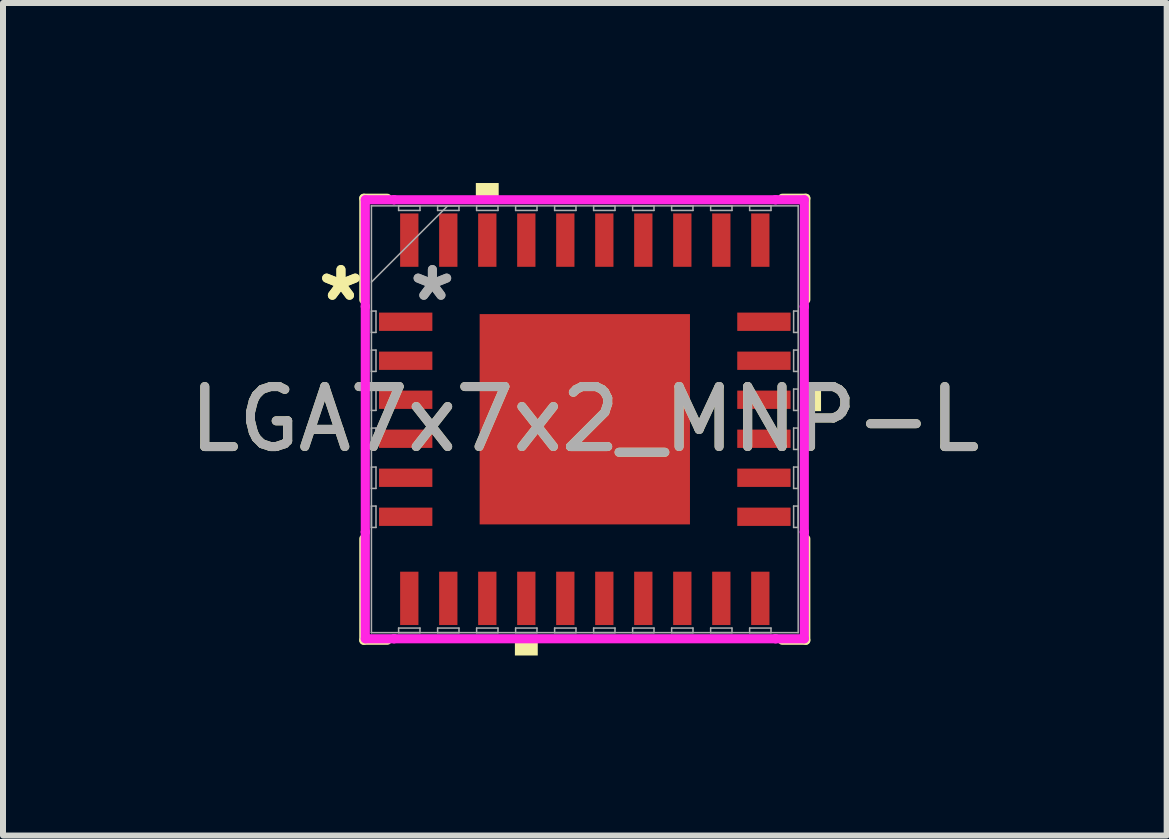
<source format=kicad_pcb>
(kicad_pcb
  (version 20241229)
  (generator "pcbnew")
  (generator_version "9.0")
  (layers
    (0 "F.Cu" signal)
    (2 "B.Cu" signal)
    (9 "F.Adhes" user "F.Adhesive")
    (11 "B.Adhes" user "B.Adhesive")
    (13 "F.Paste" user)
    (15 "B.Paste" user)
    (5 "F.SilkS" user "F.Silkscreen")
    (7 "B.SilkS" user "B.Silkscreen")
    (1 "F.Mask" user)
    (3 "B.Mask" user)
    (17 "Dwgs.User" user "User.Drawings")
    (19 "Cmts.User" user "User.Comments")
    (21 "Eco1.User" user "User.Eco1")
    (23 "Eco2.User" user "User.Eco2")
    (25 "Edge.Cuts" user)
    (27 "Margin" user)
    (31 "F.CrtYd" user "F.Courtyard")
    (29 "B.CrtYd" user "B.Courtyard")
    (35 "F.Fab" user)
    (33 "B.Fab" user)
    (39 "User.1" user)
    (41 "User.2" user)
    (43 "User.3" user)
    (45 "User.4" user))
  (footprint "LGA7x7x2_MNP-L"
    (layer "F.Cu")
    (at 6.696 3.937)
    (property "Reference" "LGA7x7x2_MNP-L" (at 0 0 0) (unlocked yes) (layer "F.SilkS") (effects (font (size 1 1) (thickness 0.15))))
    (attr smd)
    (fp_line (start -3.683 -3.683) (end -3.683 -1.992) (stroke (width 0.152) (type solid)) (layer "F.SilkS"))
    (fp_line (start -3.683 1.992) (end -3.683 3.683) (stroke (width 0.152) (type solid)) (layer "F.SilkS"))
    (fp_line (start -3.683 3.683) (end -3.292 3.683) (stroke (width 0.152) (type solid)) (layer "F.SilkS"))
    (fp_line (start -3.292 -3.683) (end -3.683 -3.683) (stroke (width 0.152) (type solid)) (layer "F.SilkS"))
    (fp_line (start 3.292 3.683) (end 3.683 3.683) (stroke (width 0.152) (type solid)) (layer "F.SilkS"))
    (fp_line (start 3.683 -3.683) (end 3.292 -3.683) (stroke (width 0.152) (type solid)) (layer "F.SilkS"))
    (fp_line (start 3.683 -1.992) (end 3.683 -3.683) (stroke (width 0.152) (type solid)) (layer "F.SilkS"))
    (fp_line (start 3.683 3.683) (end 3.683 1.992) (stroke (width 0.152) (type solid)) (layer "F.SilkS"))
    (fp_poly (pts (xy -1.816 -3.683) (xy -1.816 -3.937) (xy -1.435 -3.937) (xy -1.435 -3.683)) (stroke (width 0) (type solid)) (fill yes) (layer "F.SilkS"))
    (fp_poly (pts (xy -1.165 3.683) (xy -1.165 3.937) (xy -0.784 3.937) (xy -0.784 3.683)) (stroke (width 0) (type solid)) (fill yes) (layer "F.SilkS"))
    (fp_poly (pts (xy 3.937 -0.516) (xy 3.937 -0.135) (xy 3.683 -0.135) (xy 3.683 -0.516)) (stroke (width 0) (type solid)) (fill yes) (layer "F.SilkS"))
    (fp_poly (pts (xy -1.653 -1.653) (xy -1.653 -0.1) (xy -0.1 -0.1) (xy -0.1 -1.653)) (stroke (width 0) (type solid)) (fill yes) (layer "F.Paste"))
    (fp_poly (pts (xy -1.653 0.1) (xy -1.653 1.653) (xy -0.1 1.653) (xy -0.1 0.1)) (stroke (width 0) (type solid)) (fill yes) (layer "F.Paste"))
    (fp_poly (pts (xy 0.1 -1.653) (xy 0.1 -0.1) (xy 1.653 -0.1) (xy 1.653 -1.653)) (stroke (width 0) (type solid)) (fill yes) (layer "F.Paste"))
    (fp_poly (pts (xy 0.1 0.1) (xy 0.1 1.653) (xy 1.653 1.653) (xy 1.653 0.1)) (stroke (width 0) (type solid)) (fill yes) (layer "F.Paste"))
    (fp_line (start -3.658 -3.658) (end -3.179 -3.658) (stroke (width 0.152) (type solid)) (layer "F.CrtYd"))
    (fp_line (start -3.658 -1.879) (end -3.658 -3.658) (stroke (width 0.152) (type solid)) (layer "F.CrtYd"))
    (fp_line (start -3.658 -1.879) (end -3.658 -1.879) (stroke (width 0.152) (type solid)) (layer "F.CrtYd"))
    (fp_line (start -3.658 1.879) (end -3.658 -1.879) (stroke (width 0.152) (type solid)) (layer "F.CrtYd"))
    (fp_line (start -3.658 1.879) (end -3.658 1.879) (stroke (width 0.152) (type solid)) (layer "F.CrtYd"))
    (fp_line (start -3.658 3.658) (end -3.658 1.879) (stroke (width 0.152) (type solid)) (layer "F.CrtYd"))
    (fp_line (start -3.179 -3.658) (end -3.179 -3.658) (stroke (width 0.152) (type solid)) (layer "F.CrtYd"))
    (fp_line (start -3.179 -3.658) (end 3.179 -3.658) (stroke (width 0.152) (type solid)) (layer "F.CrtYd"))
    (fp_line (start -3.179 3.658) (end -3.658 3.658) (stroke (width 0.152) (type solid)) (layer "F.CrtYd"))
    (fp_line (start -3.179 3.658) (end -3.179 3.658) (stroke (width 0.152) (type solid)) (layer "F.CrtYd"))
    (fp_line (start 3.179 -3.658) (end 3.179 -3.658) (stroke (width 0.152) (type solid)) (layer "F.CrtYd"))
    (fp_line (start 3.179 -3.658) (end 3.658 -3.658) (stroke (width 0.152) (type solid)) (layer "F.CrtYd"))
    (fp_line (start 3.179 3.658) (end -3.179 3.658) (stroke (width 0.152) (type solid)) (layer "F.CrtYd"))
    (fp_line (start 3.179 3.658) (end 3.179 3.658) (stroke (width 0.152) (type solid)) (layer "F.CrtYd"))
    (fp_line (start 3.658 -3.658) (end 3.658 -1.879) (stroke (width 0.152) (type solid)) (layer "F.CrtYd"))
    (fp_line (start 3.658 -1.879) (end 3.658 -1.879) (stroke (width 0.152) (type solid)) (layer "F.CrtYd"))
    (fp_line (start 3.658 -1.879) (end 3.658 1.879) (stroke (width 0.152) (type solid)) (layer "F.CrtYd"))
    (fp_line (start 3.658 1.879) (end 3.658 1.879) (stroke (width 0.152) (type solid)) (layer "F.CrtYd"))
    (fp_line (start 3.658 1.879) (end 3.658 3.658) (stroke (width 0.152) (type solid)) (layer "F.CrtYd"))
    (fp_line (start 3.658 3.658) (end 3.179 3.658) (stroke (width 0.152) (type solid)) (layer "F.CrtYd"))
    (fp_line (start -3.556 -3.556) (end -3.556 -3.556) (stroke (width 0.025) (type solid)) (layer "F.Fab"))
    (fp_line (start -3.556 -3.556) (end -3.556 3.556) (stroke (width 0.025) (type solid)) (layer "F.Fab"))
    (fp_line (start -3.556 -2.286) (end -2.286 -3.556) (stroke (width 0.025) (type solid)) (layer "F.Fab"))
    (fp_line (start -3.556 -1.803) (end -3.48 -1.803) (stroke (width 0.025) (type solid)) (layer "F.Fab"))
    (fp_line (start -3.556 -1.447) (end -3.556 -1.803) (stroke (width 0.025) (type solid)) (layer "F.Fab"))
    (fp_line (start -3.556 -1.153) (end -3.48 -1.153) (stroke (width 0.025) (type solid)) (layer "F.Fab"))
    (fp_line (start -3.556 -0.797) (end -3.556 -1.153) (stroke (width 0.025) (type solid)) (layer "F.Fab"))
    (fp_line (start -3.556 -0.503) (end -3.48 -0.503) (stroke (width 0.025) (type solid)) (layer "F.Fab"))
    (fp_line (start -3.556 -0.147) (end -3.556 -0.503) (stroke (width 0.025) (type solid)) (layer "F.Fab"))
    (fp_line (start -3.556 0.147) (end -3.48 0.147) (stroke (width 0.025) (type solid)) (layer "F.Fab"))
    (fp_line (start -3.556 0.503) (end -3.556 0.147) (stroke (width 0.025) (type solid)) (layer "F.Fab"))
    (fp_line (start -3.556 0.797) (end -3.48 0.797) (stroke (width 0.025) (type solid)) (layer "F.Fab"))
    (fp_line (start -3.556 1.153) (end -3.556 0.797) (stroke (width 0.025) (type solid)) (layer "F.Fab"))
    (fp_line (start -3.556 1.447) (end -3.48 1.447) (stroke (width 0.025) (type solid)) (layer "F.Fab"))
    (fp_line (start -3.556 1.803) (end -3.556 1.447) (stroke (width 0.025) (type solid)) (layer "F.Fab"))
    (fp_line (start -3.556 3.556) (end -3.556 3.556) (stroke (width 0.025) (type solid)) (layer "F.Fab"))
    (fp_line (start -3.556 3.556) (end 3.556 3.556) (stroke (width 0.025) (type solid)) (layer "F.Fab"))
    (fp_line (start -3.48 -1.803) (end -3.48 -1.447) (stroke (width 0.025) (type solid)) (layer "F.Fab"))
    (fp_line (start -3.48 -1.447) (end -3.556 -1.447) (stroke (width 0.025) (type solid)) (layer "F.Fab"))
    (fp_line (start -3.48 -1.153) (end -3.48 -0.797) (stroke (width 0.025) (type solid)) (layer "F.Fab"))
    (fp_line (start -3.48 -0.797) (end -3.556 -0.797) (stroke (width 0.025) (type solid)) (layer "F.Fab"))
    (fp_line (start -3.48 -0.503) (end -3.48 -0.147) (stroke (width 0.025) (type solid)) (layer "F.Fab"))
    (fp_line (start -3.48 -0.147) (end -3.556 -0.147) (stroke (width 0.025) (type solid)) (layer "F.Fab"))
    (fp_line (start -3.48 0.147) (end -3.48 0.503) (stroke (width 0.025) (type solid)) (layer "F.Fab"))
    (fp_line (start -3.48 0.503) (end -3.556 0.503) (stroke (width 0.025) (type solid)) (layer "F.Fab"))
    (fp_line (start -3.48 0.797) (end -3.48 1.153) (stroke (width 0.025) (type solid)) (layer "F.Fab"))
    (fp_line (start -3.48 1.153) (end -3.556 1.153) (stroke (width 0.025) (type solid)) (layer "F.Fab"))
    (fp_line (start -3.48 1.447) (end -3.48 1.803) (stroke (width 0.025) (type solid)) (layer "F.Fab"))
    (fp_line (start -3.48 1.803) (end -3.556 1.803) (stroke (width 0.025) (type solid)) (layer "F.Fab"))
    (fp_line (start -3.103 -3.556) (end -2.747 -3.556) (stroke (width 0.025) (type solid)) (layer "F.Fab"))
    (fp_line (start -3.103 -3.48) (end -3.103 -3.556) (stroke (width 0.025) (type solid)) (layer "F.Fab"))
    (fp_line (start -3.103 3.48) (end -2.747 3.48) (stroke (width 0.025) (type solid)) (layer "F.Fab"))
    (fp_line (start -3.103 3.556) (end -3.103 3.48) (stroke (width 0.025) (type solid)) (layer "F.Fab"))
    (fp_line (start -2.747 -3.556) (end -2.747 -3.48) (stroke (width 0.025) (type solid)) (layer "F.Fab"))
    (fp_line (start -2.747 -3.48) (end -3.103 -3.48) (stroke (width 0.025) (type solid)) (layer "F.Fab"))
    (fp_line (start -2.747 3.48) (end -2.747 3.556) (stroke (width 0.025) (type solid)) (layer "F.Fab"))
    (fp_line (start -2.747 3.556) (end -3.103 3.556) (stroke (width 0.025) (type solid)) (layer "F.Fab"))
    (fp_line (start -2.453 -3.556) (end -2.097 -3.556) (stroke (width 0.025) (type solid)) (layer "F.Fab"))
    (fp_line (start -2.453 -3.48) (end -2.453 -3.556) (stroke (width 0.025) (type solid)) (layer "F.Fab"))
    (fp_line (start -2.453 3.48) (end -2.097 3.48) (stroke (width 0.025) (type solid)) (layer "F.Fab"))
    (fp_line (start -2.453 3.556) (end -2.453 3.48) (stroke (width 0.025) (type solid)) (layer "F.Fab"))
    (fp_line (start -2.097 -3.556) (end -2.097 -3.48) (stroke (width 0.025) (type solid)) (layer "F.Fab"))
    (fp_line (start -2.097 -3.48) (end -2.453 -3.48) (stroke (width 0.025) (type solid)) (layer "F.Fab"))
    (fp_line (start -2.097 3.48) (end -2.097 3.556) (stroke (width 0.025) (type solid)) (layer "F.Fab"))
    (fp_line (start -2.097 3.556) (end -2.453 3.556) (stroke (width 0.025) (type solid)) (layer "F.Fab"))
    (fp_line (start -1.803 -3.556) (end -1.447 -3.556) (stroke (width 0.025) (type solid)) (layer "F.Fab"))
    (fp_line (start -1.803 -3.48) (end -1.803 -3.556) (stroke (width 0.025) (type solid)) (layer "F.Fab"))
    (fp_line (start -1.803 3.48) (end -1.447 3.48) (stroke (width 0.025) (type solid)) (layer "F.Fab"))
    (fp_line (start -1.803 3.556) (end -1.803 3.48) (stroke (width 0.025) (type solid)) (layer "F.Fab"))
    (fp_line (start -1.447 -3.556) (end -1.447 -3.48) (stroke (width 0.025) (type solid)) (layer "F.Fab"))
    (fp_line (start -1.447 -3.48) (end -1.803 -3.48) (stroke (width 0.025) (type solid)) (layer "F.Fab"))
    (fp_line (start -1.447 3.48) (end -1.447 3.556) (stroke (width 0.025) (type solid)) (layer "F.Fab"))
    (fp_line (start -1.447 3.556) (end -1.803 3.556) (stroke (width 0.025) (type solid)) (layer "F.Fab"))
    (fp_line (start -1.153 -3.556) (end -0.797 -3.556) (stroke (width 0.025) (type solid)) (layer "F.Fab"))
    (fp_line (start -1.153 -3.48) (end -1.153 -3.556) (stroke (width 0.025) (type solid)) (layer "F.Fab"))
    (fp_line (start -1.153 3.48) (end -0.797 3.48) (stroke (width 0.025) (type solid)) (layer "F.Fab"))
    (fp_line (start -1.153 3.556) (end -1.153 3.48) (stroke (width 0.025) (type solid)) (layer "F.Fab"))
    (fp_line (start -0.797 -3.556) (end -0.797 -3.48) (stroke (width 0.025) (type solid)) (layer "F.Fab"))
    (fp_line (start -0.797 -3.48) (end -1.153 -3.48) (stroke (width 0.025) (type solid)) (layer "F.Fab"))
    (fp_line (start -0.797 3.48) (end -0.797 3.556) (stroke (width 0.025) (type solid)) (layer "F.Fab"))
    (fp_line (start -0.797 3.556) (end -1.153 3.556) (stroke (width 0.025) (type solid)) (layer "F.Fab"))
    (fp_line (start -0.503 -3.556) (end -0.147 -3.556) (stroke (width 0.025) (type solid)) (layer "F.Fab"))
    (fp_line (start -0.503 -3.48) (end -0.503 -3.556) (stroke (width 0.025) (type solid)) (layer "F.Fab"))
    (fp_line (start -0.503 3.48) (end -0.147 3.48) (stroke (width 0.025) (type solid)) (layer "F.Fab"))
    (fp_line (start -0.503 3.556) (end -0.503 3.48) (stroke (width 0.025) (type solid)) (layer "F.Fab"))
    (fp_line (start -0.147 -3.556) (end -0.147 -3.48) (stroke (width 0.025) (type solid)) (layer "F.Fab"))
    (fp_line (start -0.147 -3.48) (end -0.503 -3.48) (stroke (width 0.025) (type solid)) (layer "F.Fab"))
    (fp_line (start -0.147 3.48) (end -0.147 3.556) (stroke (width 0.025) (type solid)) (layer "F.Fab"))
    (fp_line (start -0.147 3.556) (end -0.503 3.556) (stroke (width 0.025) (type solid)) (layer "F.Fab"))
    (fp_line (start 0.147 -3.556) (end 0.503 -3.556) (stroke (width 0.025) (type solid)) (layer "F.Fab"))
    (fp_line (start 0.147 -3.48) (end 0.147 -3.556) (stroke (width 0.025) (type solid)) (layer "F.Fab"))
    (fp_line (start 0.147 3.48) (end 0.503 3.48) (stroke (width 0.025) (type solid)) (layer "F.Fab"))
    (fp_line (start 0.147 3.556) (end 0.147 3.48) (stroke (width 0.025) (type solid)) (layer "F.Fab"))
    (fp_line (start 0.503 -3.556) (end 0.503 -3.48) (stroke (width 0.025) (type solid)) (layer "F.Fab"))
    (fp_line (start 0.503 -3.48) (end 0.147 -3.48) (stroke (width 0.025) (type solid)) (layer "F.Fab"))
    (fp_line (start 0.503 3.48) (end 0.503 3.556) (stroke (width 0.025) (type solid)) (layer "F.Fab"))
    (fp_line (start 0.503 3.556) (end 0.147 3.556) (stroke (width 0.025) (type solid)) (layer "F.Fab"))
    (fp_line (start 0.797 -3.556) (end 1.153 -3.556) (stroke (width 0.025) (type solid)) (layer "F.Fab"))
    (fp_line (start 0.797 -3.48) (end 0.797 -3.556) (stroke (width 0.025) (type solid)) (layer "F.Fab"))
    (fp_line (start 0.797 3.48) (end 1.153 3.48) (stroke (width 0.025) (type solid)) (layer "F.Fab"))
    (fp_line (start 0.797 3.556) (end 0.797 3.48) (stroke (width 0.025) (type solid)) (layer "F.Fab"))
    (fp_line (start 1.153 -3.556) (end 1.153 -3.48) (stroke (width 0.025) (type solid)) (layer "F.Fab"))
    (fp_line (start 1.153 -3.48) (end 0.797 -3.48) (stroke (width 0.025) (type solid)) (layer "F.Fab"))
    (fp_line (start 1.153 3.48) (end 1.153 3.556) (stroke (width 0.025) (type solid)) (layer "F.Fab"))
    (fp_line (start 1.153 3.556) (end 0.797 3.556) (stroke (width 0.025) (type solid)) (layer "F.Fab"))
    (fp_line (start 1.447 -3.556) (end 1.803 -3.556) (stroke (width 0.025) (type solid)) (layer "F.Fab"))
    (fp_line (start 1.447 -3.48) (end 1.447 -3.556) (stroke (width 0.025) (type solid)) (layer "F.Fab"))
    (fp_line (start 1.447 3.48) (end 1.803 3.48) (stroke (width 0.025) (type solid)) (layer "F.Fab"))
    (fp_line (start 1.447 3.556) (end 1.447 3.48) (stroke (width 0.025) (type solid)) (layer "F.Fab"))
    (fp_line (start 1.803 -3.556) (end 1.803 -3.48) (stroke (width 0.025) (type solid)) (layer "F.Fab"))
    (fp_line (start 1.803 -3.48) (end 1.447 -3.48) (stroke (width 0.025) (type solid)) (layer "F.Fab"))
    (fp_line (start 1.803 3.48) (end 1.803 3.556) (stroke (width 0.025) (type solid)) (layer "F.Fab"))
    (fp_line (start 1.803 3.556) (end 1.447 3.556) (stroke (width 0.025) (type solid)) (layer "F.Fab"))
    (fp_line (start 2.097 -3.556) (end 2.453 -3.556) (stroke (width 0.025) (type solid)) (layer "F.Fab"))
    (fp_line (start 2.097 -3.48) (end 2.097 -3.556) (stroke (width 0.025) (type solid)) (layer "F.Fab"))
    (fp_line (start 2.097 3.48) (end 2.453 3.48) (stroke (width 0.025) (type solid)) (layer "F.Fab"))
    (fp_line (start 2.097 3.556) (end 2.097 3.48) (stroke (width 0.025) (type solid)) (layer "F.Fab"))
    (fp_line (start 2.453 -3.556) (end 2.453 -3.48) (stroke (width 0.025) (type solid)) (layer "F.Fab"))
    (fp_line (start 2.453 -3.48) (end 2.097 -3.48) (stroke (width 0.025) (type solid)) (layer "F.Fab"))
    (fp_line (start 2.453 3.48) (end 2.453 3.556) (stroke (width 0.025) (type solid)) (layer "F.Fab"))
    (fp_line (start 2.453 3.556) (end 2.097 3.556) (stroke (width 0.025) (type solid)) (layer "F.Fab"))
    (fp_line (start 2.747 -3.556) (end 3.103 -3.556) (stroke (width 0.025) (type solid)) (layer "F.Fab"))
    (fp_line (start 2.747 -3.48) (end 2.747 -3.556) (stroke (width 0.025) (type solid)) (layer "F.Fab"))
    (fp_line (start 2.747 3.48) (end 3.103 3.48) (stroke (width 0.025) (type solid)) (layer "F.Fab"))
    (fp_line (start 2.747 3.556) (end 2.747 3.48) (stroke (width 0.025) (type solid)) (layer "F.Fab"))
    (fp_line (start 3.103 -3.556) (end 3.103 -3.48) (stroke (width 0.025) (type solid)) (layer "F.Fab"))
    (fp_line (start 3.103 -3.48) (end 2.747 -3.48) (stroke (width 0.025) (type solid)) (layer "F.Fab"))
    (fp_line (start 3.103 3.48) (end 3.103 3.556) (stroke (width 0.025) (type solid)) (layer "F.Fab"))
    (fp_line (start 3.103 3.556) (end 2.747 3.556) (stroke (width 0.025) (type solid)) (layer "F.Fab"))
    (fp_line (start 3.48 -1.803) (end 3.556 -1.803) (stroke (width 0.025) (type solid)) (layer "F.Fab"))
    (fp_line (start 3.48 -1.447) (end 3.48 -1.803) (stroke (width 0.025) (type solid)) (layer "F.Fab"))
    (fp_line (start 3.48 -1.153) (end 3.556 -1.153) (stroke (width 0.025) (type solid)) (layer "F.Fab"))
    (fp_line (start 3.48 -0.797) (end 3.48 -1.153) (stroke (width 0.025) (type solid)) (layer "F.Fab"))
    (fp_line (start 3.48 -0.503) (end 3.556 -0.503) (stroke (width 0.025) (type solid)) (layer "F.Fab"))
    (fp_line (start 3.48 -0.147) (end 3.48 -0.503) (stroke (width 0.025) (type solid)) (layer "F.Fab"))
    (fp_line (start 3.48 0.147) (end 3.556 0.147) (stroke (width 0.025) (type solid)) (layer "F.Fab"))
    (fp_line (start 3.48 0.503) (end 3.48 0.147) (stroke (width 0.025) (type solid)) (layer "F.Fab"))
    (fp_line (start 3.48 0.797) (end 3.556 0.797) (stroke (width 0.025) (type solid)) (layer "F.Fab"))
    (fp_line (start 3.48 1.153) (end 3.48 0.797) (stroke (width 0.025) (type solid)) (layer "F.Fab"))
    (fp_line (start 3.48 1.447) (end 3.556 1.447) (stroke (width 0.025) (type solid)) (layer "F.Fab"))
    (fp_line (start 3.48 1.803) (end 3.48 1.447) (stroke (width 0.025) (type solid)) (layer "F.Fab"))
    (fp_line (start 3.556 -3.556) (end -3.556 -3.556) (stroke (width 0.025) (type solid)) (layer "F.Fab"))
    (fp_line (start 3.556 -3.556) (end 3.556 -3.556) (stroke (width 0.025) (type solid)) (layer "F.Fab"))
    (fp_line (start 3.556 -1.803) (end 3.556 -1.447) (stroke (width 0.025) (type solid)) (layer "F.Fab"))
    (fp_line (start 3.556 -1.447) (end 3.48 -1.447) (stroke (width 0.025) (type solid)) (layer "F.Fab"))
    (fp_line (start 3.556 -1.153) (end 3.556 -0.797) (stroke (width 0.025) (type solid)) (layer "F.Fab"))
    (fp_line (start 3.556 -0.797) (end 3.48 -0.797) (stroke (width 0.025) (type solid)) (layer "F.Fab"))
    (fp_line (start 3.556 -0.503) (end 3.556 -0.147) (stroke (width 0.025) (type solid)) (layer "F.Fab"))
    (fp_line (start 3.556 -0.147) (end 3.48 -0.147) (stroke (width 0.025) (type solid)) (layer "F.Fab"))
    (fp_line (start 3.556 0.147) (end 3.556 0.503) (stroke (width 0.025) (type solid)) (layer "F.Fab"))
    (fp_line (start 3.556 0.503) (end 3.48 0.503) (stroke (width 0.025) (type solid)) (layer "F.Fab"))
    (fp_line (start 3.556 0.797) (end 3.556 1.153) (stroke (width 0.025) (type solid)) (layer "F.Fab"))
    (fp_line (start 3.556 1.153) (end 3.48 1.153) (stroke (width 0.025) (type solid)) (layer "F.Fab"))
    (fp_line (start 3.556 1.447) (end 3.556 1.803) (stroke (width 0.025) (type solid)) (layer "F.Fab"))
    (fp_line (start 3.556 1.803) (end 3.48 1.803) (stroke (width 0.025) (type solid)) (layer "F.Fab"))
    (fp_line (start 3.556 3.556) (end 3.556 -3.556) (stroke (width 0.025) (type solid)) (layer "F.Fab"))
    (fp_line (start 3.556 3.556) (end 3.556 3.556) (stroke (width 0.025) (type solid)) (layer "F.Fab"))
    (fp_text user "*" (at -4.064 -1.95 0) (unlocked yes) (layer "F.SilkS") (effects (font (size 1 1) (thickness 0.15))))
    (fp_text user "*" (at -4.064 -1.95 0) (layer "F.SilkS") (effects (font (size 1 1) (thickness 0.15))))
    (fp_text user "${REFERENCE}" (at 0 0 0) (unlocked yes) (layer "F.Fab") (effects (font (size 1 1) (thickness 0.15))))
    (fp_text user "*" (at -2.54 -1.95 0) (unlocked yes) (layer "F.Fab") (effects (font (size 1 1) (thickness 0.15))))
    (fp_text user "*" (at -2.54 -1.95 0) (layer "F.Fab") (effects (font (size 1 1) (thickness 0.15))))
    (pad "1" smd rect (at -2.985 -1.625 90) (size 0.305 0.889) (layers "F.Cu" "F.Mask" "F.Paste"))
    (pad "2" smd rect (at -2.985 -0.975 90) (size 0.305 0.889) (layers "F.Cu" "F.Mask" "F.Paste"))
    (pad "3" smd rect (at -2.985 -0.325 90) (size 0.305 0.889) (layers "F.Cu" "F.Mask" "F.Paste"))
    (pad "4" smd rect (at -2.985 0.325 90) (size 0.305 0.889) (layers "F.Cu" "F.Mask" "F.Paste"))
    (pad "5" smd rect (at -2.985 0.975 90) (size 0.305 0.889) (layers "F.Cu" "F.Mask" "F.Paste"))
    (pad "6" smd rect (at -2.985 1.625 90) (size 0.305 0.889) (layers "F.Cu" "F.Mask" "F.Paste"))
    (pad "7" smd rect (at -2.925 2.985) (size 0.305 0.889) (layers "F.Cu" "F.Mask" "F.Paste"))
    (pad "8" smd rect (at -2.275 2.985) (size 0.305 0.889) (layers "F.Cu" "F.Mask" "F.Paste"))
    (pad "9" smd rect (at -1.625 2.985) (size 0.305 0.889) (layers "F.Cu" "F.Mask" "F.Paste"))
    (pad "10" smd rect (at -0.975 2.985) (size 0.305 0.889) (layers "F.Cu" "F.Mask" "F.Paste"))
    (pad "11" smd rect (at -0.325 2.985) (size 0.305 0.889) (layers "F.Cu" "F.Mask" "F.Paste"))
    (pad "12" smd rect (at 0.325 2.985) (size 0.305 0.889) (layers "F.Cu" "F.Mask" "F.Paste"))
    (pad "13" smd rect (at 0.975 2.985) (size 0.305 0.889) (layers "F.Cu" "F.Mask" "F.Paste"))
    (pad "14" smd rect (at 1.625 2.985) (size 0.305 0.889) (layers "F.Cu" "F.Mask" "F.Paste"))
    (pad "15" smd rect (at 2.275 2.985) (size 0.305 0.889) (layers "F.Cu" "F.Mask" "F.Paste"))
    (pad "16" smd rect (at 2.925 2.985) (size 0.305 0.889) (layers "F.Cu" "F.Mask" "F.Paste"))
    (pad "17" smd rect (at 2.985 1.625 90) (size 0.305 0.889) (layers "F.Cu" "F.Mask" "F.Paste"))
    (pad "18" smd rect (at 2.985 0.975 90) (size 0.305 0.889) (layers "F.Cu" "F.Mask" "F.Paste"))
    (pad "19" smd rect (at 2.985 0.325 90) (size 0.305 0.889) (layers "F.Cu" "F.Mask" "F.Paste"))
    (pad "20" smd rect (at 2.985 -0.325 90) (size 0.305 0.889) (layers "F.Cu" "F.Mask" "F.Paste"))
    (pad "21" smd rect (at 2.985 -0.975 90) (size 0.305 0.889) (layers "F.Cu" "F.Mask" "F.Paste"))
    (pad "22" smd rect (at 2.985 -1.625 90) (size 0.305 0.889) (layers "F.Cu" "F.Mask" "F.Paste"))
    (pad "23" smd rect (at 2.925 -2.985) (size 0.305 0.889) (layers "F.Cu" "F.Mask" "F.Paste"))
    (pad "24" smd rect (at 2.275 -2.985) (size 0.305 0.889) (layers "F.Cu" "F.Mask" "F.Paste"))
    (pad "25" smd rect (at 1.625 -2.985) (size 0.305 0.889) (layers "F.Cu" "F.Mask" "F.Paste"))
    (pad "26" smd rect (at 0.975 -2.985) (size 0.305 0.889) (layers "F.Cu" "F.Mask" "F.Paste"))
    (pad "27" smd rect (at 0.325 -2.985) (size 0.305 0.889) (layers "F.Cu" "F.Mask" "F.Paste"))
    (pad "28" smd rect (at -0.325 -2.985) (size 0.305 0.889) (layers "F.Cu" "F.Mask" "F.Paste"))
    (pad "29" smd rect (at -0.975 -2.985) (size 0.305 0.889) (layers "F.Cu" "F.Mask" "F.Paste"))
    (pad "30" smd rect (at -1.625 -2.985) (size 0.305 0.889) (layers "F.Cu" "F.Mask" "F.Paste"))
    (pad "31" smd rect (at -2.275 -2.985) (size 0.305 0.889) (layers "F.Cu" "F.Mask" "F.Paste"))
    (pad "32" smd rect (at -2.925 -2.985) (size 0.305 0.889) (layers "F.Cu" "F.Mask" "F.Paste"))
    (pad "33" smd rect (at 0 0) (size 3.505 3.505) (layers "F.Cu" "F.Mask" "F.Paste")))
  (gr_rect
    (start -3 -3)
    (end 16.393 10.874)
    (stroke (width 0.1) (type default))
    (fill no)
    (layer "Edge.Cuts")))
</source>
